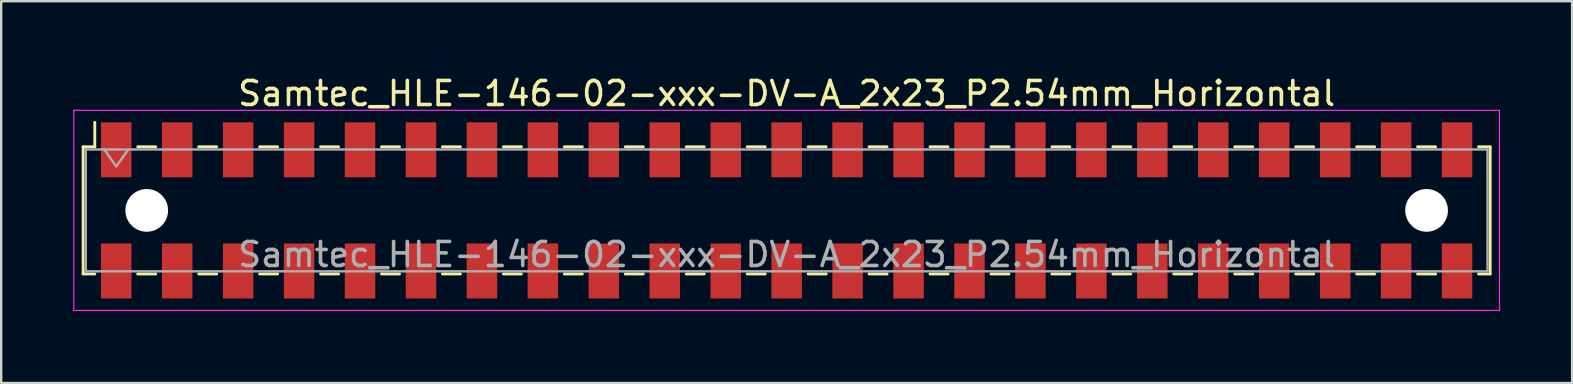
<source format=kicad_pcb>
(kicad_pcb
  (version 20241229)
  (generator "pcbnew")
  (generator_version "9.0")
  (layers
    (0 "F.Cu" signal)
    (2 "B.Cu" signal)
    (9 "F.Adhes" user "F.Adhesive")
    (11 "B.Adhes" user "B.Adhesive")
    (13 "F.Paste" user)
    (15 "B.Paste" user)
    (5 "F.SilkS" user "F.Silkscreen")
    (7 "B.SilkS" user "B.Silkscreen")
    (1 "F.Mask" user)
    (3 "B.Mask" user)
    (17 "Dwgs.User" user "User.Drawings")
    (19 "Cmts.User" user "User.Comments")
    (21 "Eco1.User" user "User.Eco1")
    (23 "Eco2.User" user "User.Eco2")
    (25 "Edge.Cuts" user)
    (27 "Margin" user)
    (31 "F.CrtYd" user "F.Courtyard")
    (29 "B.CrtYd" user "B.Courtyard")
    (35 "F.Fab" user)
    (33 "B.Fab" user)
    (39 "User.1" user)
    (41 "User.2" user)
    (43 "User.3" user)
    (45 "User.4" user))
  (footprint "Samtec_HLE-146-02-xxx-DV-A_2x23_P2.54mm_Horizontal"
    (layer "F.Cu")
    (at 29.735 5.718)
    (property "Reference" "Samtec_HLE-146-02-xxx-DV-A_2x23_P2.54mm_Horizontal" (at 0 -4.87 0) (layer "F.SilkS") (effects (font (size 1 1) (thickness 0.15))))
    (attr smd)
    (fp_line (start -29.32 -2.65) (end -29.32 2.65) (stroke (width 0.12) (type solid)) (layer "F.SilkS"))
    (fp_line (start -29.32 2.65) (end -28.835 2.65) (stroke (width 0.12) (type solid)) (layer "F.SilkS"))
    (fp_line (start -28.835 -3.67) (end -28.835 -2.65) (stroke (width 0.12) (type solid)) (layer "F.SilkS"))
    (fp_line (start -28.835 -2.65) (end -29.32 -2.65) (stroke (width 0.12) (type solid)) (layer "F.SilkS"))
    (fp_line (start -27.045 -2.65) (end -26.295 -2.65) (stroke (width 0.12) (type solid)) (layer "F.SilkS"))
    (fp_line (start -27.045 2.65) (end -26.295 2.65) (stroke (width 0.12) (type solid)) (layer "F.SilkS"))
    (fp_line (start -24.505 -2.65) (end -23.755 -2.65) (stroke (width 0.12) (type solid)) (layer "F.SilkS"))
    (fp_line (start -24.505 2.65) (end -23.755 2.65) (stroke (width 0.12) (type solid)) (layer "F.SilkS"))
    (fp_line (start -21.965 -2.65) (end -21.215 -2.65) (stroke (width 0.12) (type solid)) (layer "F.SilkS"))
    (fp_line (start -21.965 2.65) (end -21.215 2.65) (stroke (width 0.12) (type solid)) (layer "F.SilkS"))
    (fp_line (start -19.425 -2.65) (end -18.675 -2.65) (stroke (width 0.12) (type solid)) (layer "F.SilkS"))
    (fp_line (start -19.425 2.65) (end -18.675 2.65) (stroke (width 0.12) (type solid)) (layer "F.SilkS"))
    (fp_line (start -16.885 -2.65) (end -16.135 -2.65) (stroke (width 0.12) (type solid)) (layer "F.SilkS"))
    (fp_line (start -16.885 2.65) (end -16.135 2.65) (stroke (width 0.12) (type solid)) (layer "F.SilkS"))
    (fp_line (start -14.345 -2.65) (end -13.595 -2.65) (stroke (width 0.12) (type solid)) (layer "F.SilkS"))
    (fp_line (start -14.345 2.65) (end -13.595 2.65) (stroke (width 0.12) (type solid)) (layer "F.SilkS"))
    (fp_line (start -11.805 -2.65) (end -11.055 -2.65) (stroke (width 0.12) (type solid)) (layer "F.SilkS"))
    (fp_line (start -11.805 2.65) (end -11.055 2.65) (stroke (width 0.12) (type solid)) (layer "F.SilkS"))
    (fp_line (start -9.265 -2.65) (end -8.515 -2.65) (stroke (width 0.12) (type solid)) (layer "F.SilkS"))
    (fp_line (start -9.265 2.65) (end -8.515 2.65) (stroke (width 0.12) (type solid)) (layer "F.SilkS"))
    (fp_line (start -6.725 -2.65) (end -5.975 -2.65) (stroke (width 0.12) (type solid)) (layer "F.SilkS"))
    (fp_line (start -6.725 2.65) (end -5.975 2.65) (stroke (width 0.12) (type solid)) (layer "F.SilkS"))
    (fp_line (start -4.185 -2.65) (end -3.435 -2.65) (stroke (width 0.12) (type solid)) (layer "F.SilkS"))
    (fp_line (start -4.185 2.65) (end -3.435 2.65) (stroke (width 0.12) (type solid)) (layer "F.SilkS"))
    (fp_line (start -1.645 -2.65) (end -0.895 -2.65) (stroke (width 0.12) (type solid)) (layer "F.SilkS"))
    (fp_line (start -1.645 2.65) (end -0.895 2.65) (stroke (width 0.12) (type solid)) (layer "F.SilkS"))
    (fp_line (start 0.895 -2.65) (end 1.645 -2.65) (stroke (width 0.12) (type solid)) (layer "F.SilkS"))
    (fp_line (start 0.895 2.65) (end 1.645 2.65) (stroke (width 0.12) (type solid)) (layer "F.SilkS"))
    (fp_line (start 3.435 -2.65) (end 4.185 -2.65) (stroke (width 0.12) (type solid)) (layer "F.SilkS"))
    (fp_line (start 3.435 2.65) (end 4.185 2.65) (stroke (width 0.12) (type solid)) (layer "F.SilkS"))
    (fp_line (start 5.975 -2.65) (end 6.725 -2.65) (stroke (width 0.12) (type solid)) (layer "F.SilkS"))
    (fp_line (start 5.975 2.65) (end 6.725 2.65) (stroke (width 0.12) (type solid)) (layer "F.SilkS"))
    (fp_line (start 8.515 -2.65) (end 9.265 -2.65) (stroke (width 0.12) (type solid)) (layer "F.SilkS"))
    (fp_line (start 8.515 2.65) (end 9.265 2.65) (stroke (width 0.12) (type solid)) (layer "F.SilkS"))
    (fp_line (start 11.055 -2.65) (end 11.805 -2.65) (stroke (width 0.12) (type solid)) (layer "F.SilkS"))
    (fp_line (start 11.055 2.65) (end 11.805 2.65) (stroke (width 0.12) (type solid)) (layer "F.SilkS"))
    (fp_line (start 13.595 -2.65) (end 14.345 -2.65) (stroke (width 0.12) (type solid)) (layer "F.SilkS"))
    (fp_line (start 13.595 2.65) (end 14.345 2.65) (stroke (width 0.12) (type solid)) (layer "F.SilkS"))
    (fp_line (start 16.135 -2.65) (end 16.885 -2.65) (stroke (width 0.12) (type solid)) (layer "F.SilkS"))
    (fp_line (start 16.135 2.65) (end 16.885 2.65) (stroke (width 0.12) (type solid)) (layer "F.SilkS"))
    (fp_line (start 18.675 -2.65) (end 19.425 -2.65) (stroke (width 0.12) (type solid)) (layer "F.SilkS"))
    (fp_line (start 18.675 2.65) (end 19.425 2.65) (stroke (width 0.12) (type solid)) (layer "F.SilkS"))
    (fp_line (start 21.215 -2.65) (end 21.965 -2.65) (stroke (width 0.12) (type solid)) (layer "F.SilkS"))
    (fp_line (start 21.215 2.65) (end 21.965 2.65) (stroke (width 0.12) (type solid)) (layer "F.SilkS"))
    (fp_line (start 23.755 -2.65) (end 24.505 -2.65) (stroke (width 0.12) (type solid)) (layer "F.SilkS"))
    (fp_line (start 23.755 2.65) (end 24.505 2.65) (stroke (width 0.12) (type solid)) (layer "F.SilkS"))
    (fp_line (start 26.295 -2.65) (end 27.045 -2.65) (stroke (width 0.12) (type solid)) (layer "F.SilkS"))
    (fp_line (start 26.295 2.65) (end 27.045 2.65) (stroke (width 0.12) (type solid)) (layer "F.SilkS"))
    (fp_line (start 28.835 -2.65) (end 29.32 -2.65) (stroke (width 0.12) (type solid)) (layer "F.SilkS"))
    (fp_line (start 29.32 -2.65) (end 29.32 2.65) (stroke (width 0.12) (type solid)) (layer "F.SilkS"))
    (fp_line (start 29.32 2.65) (end 28.835 2.65) (stroke (width 0.12) (type solid)) (layer "F.SilkS"))
    (fp_line (start -29.71 -4.17) (end 29.71 -4.17) (stroke (width 0.05) (type solid)) (layer "F.CrtYd"))
    (fp_line (start -29.71 4.17) (end -29.71 -4.17) (stroke (width 0.05) (type solid)) (layer "F.CrtYd"))
    (fp_line (start 29.71 -4.17) (end 29.71 4.17) (stroke (width 0.05) (type solid)) (layer "F.CrtYd"))
    (fp_line (start 29.71 4.17) (end -29.71 4.17) (stroke (width 0.05) (type solid)) (layer "F.CrtYd"))
    (fp_line (start -29.21 -2.54) (end 29.21 -2.54) (stroke (width 0.1) (type solid)) (layer "F.Fab"))
    (fp_line (start -29.21 2.54) (end -29.21 -2.54) (stroke (width 0.1) (type solid)) (layer "F.Fab"))
    (fp_line (start -28.44 -2.54) (end -27.94 -1.833) (stroke (width 0.1) (type solid)) (layer "F.Fab"))
    (fp_line (start -27.94 -1.833) (end -27.44 -2.54) (stroke (width 0.1) (type solid)) (layer "F.Fab"))
    (fp_line (start 29.21 -2.54) (end 29.21 2.54) (stroke (width 0.1) (type solid)) (layer "F.Fab"))
    (fp_line (start 29.21 2.54) (end -29.21 2.54) (stroke (width 0.1) (type solid)) (layer "F.Fab"))
    (fp_text user "${REFERENCE}" (at 0 1.84 0) (layer "F.Fab") (effects (font (size 1 1) (thickness 0.15))))
    (pad "" np_thru_hole circle (at -26.67 0) (size 1.78 1.78) (drill 1.78) (layers "*.Cu" "*.Mask"))
    (pad "" np_thru_hole circle (at 26.67 0) (size 1.78 1.78) (drill 1.78) (layers "*.Cu" "*.Mask"))
    (pad "1" smd rect (at -27.94 -2.525) (size 1.27 2.29) (layers "F.Cu" "F.Mask" "F.Paste"))
    (pad "2" smd rect (at -27.94 2.525) (size 1.27 2.29) (layers "F.Cu" "F.Mask" "F.Paste"))
    (pad "3" smd rect (at -25.4 -2.525) (size 1.27 2.29) (layers "F.Cu" "F.Mask" "F.Paste"))
    (pad "4" smd rect (at -25.4 2.525) (size 1.27 2.29) (layers "F.Cu" "F.Mask" "F.Paste"))
    (pad "5" smd rect (at -22.86 -2.525) (size 1.27 2.29) (layers "F.Cu" "F.Mask" "F.Paste"))
    (pad "6" smd rect (at -22.86 2.525) (size 1.27 2.29) (layers "F.Cu" "F.Mask" "F.Paste"))
    (pad "7" smd rect (at -20.32 -2.525) (size 1.27 2.29) (layers "F.Cu" "F.Mask" "F.Paste"))
    (pad "8" smd rect (at -20.32 2.525) (size 1.27 2.29) (layers "F.Cu" "F.Mask" "F.Paste"))
    (pad "9" smd rect (at -17.78 -2.525) (size 1.27 2.29) (layers "F.Cu" "F.Mask" "F.Paste"))
    (pad "10" smd rect (at -17.78 2.525) (size 1.27 2.29) (layers "F.Cu" "F.Mask" "F.Paste"))
    (pad "11" smd rect (at -15.24 -2.525) (size 1.27 2.29) (layers "F.Cu" "F.Mask" "F.Paste"))
    (pad "12" smd rect (at -15.24 2.525) (size 1.27 2.29) (layers "F.Cu" "F.Mask" "F.Paste"))
    (pad "13" smd rect (at -12.7 -2.525) (size 1.27 2.29) (layers "F.Cu" "F.Mask" "F.Paste"))
    (pad "14" smd rect (at -12.7 2.525) (size 1.27 2.29) (layers "F.Cu" "F.Mask" "F.Paste"))
    (pad "15" smd rect (at -10.16 -2.525) (size 1.27 2.29) (layers "F.Cu" "F.Mask" "F.Paste"))
    (pad "16" smd rect (at -10.16 2.525) (size 1.27 2.29) (layers "F.Cu" "F.Mask" "F.Paste"))
    (pad "17" smd rect (at -7.62 -2.525) (size 1.27 2.29) (layers "F.Cu" "F.Mask" "F.Paste"))
    (pad "18" smd rect (at -7.62 2.525) (size 1.27 2.29) (layers "F.Cu" "F.Mask" "F.Paste"))
    (pad "19" smd rect (at -5.08 -2.525) (size 1.27 2.29) (layers "F.Cu" "F.Mask" "F.Paste"))
    (pad "20" smd rect (at -5.08 2.525) (size 1.27 2.29) (layers "F.Cu" "F.Mask" "F.Paste"))
    (pad "21" smd rect (at -2.54 -2.525) (size 1.27 2.29) (layers "F.Cu" "F.Mask" "F.Paste"))
    (pad "22" smd rect (at -2.54 2.525) (size 1.27 2.29) (layers "F.Cu" "F.Mask" "F.Paste"))
    (pad "23" smd rect (at 0 -2.525) (size 1.27 2.29) (layers "F.Cu" "F.Mask" "F.Paste"))
    (pad "24" smd rect (at 0 2.525) (size 1.27 2.29) (layers "F.Cu" "F.Mask" "F.Paste"))
    (pad "25" smd rect (at 2.54 -2.525) (size 1.27 2.29) (layers "F.Cu" "F.Mask" "F.Paste"))
    (pad "26" smd rect (at 2.54 2.525) (size 1.27 2.29) (layers "F.Cu" "F.Mask" "F.Paste"))
    (pad "27" smd rect (at 5.08 -2.525) (size 1.27 2.29) (layers "F.Cu" "F.Mask" "F.Paste"))
    (pad "28" smd rect (at 5.08 2.525) (size 1.27 2.29) (layers "F.Cu" "F.Mask" "F.Paste"))
    (pad "29" smd rect (at 7.62 -2.525) (size 1.27 2.29) (layers "F.Cu" "F.Mask" "F.Paste"))
    (pad "30" smd rect (at 7.62 2.525) (size 1.27 2.29) (layers "F.Cu" "F.Mask" "F.Paste"))
    (pad "31" smd rect (at 10.16 -2.525) (size 1.27 2.29) (layers "F.Cu" "F.Mask" "F.Paste"))
    (pad "32" smd rect (at 10.16 2.525) (size 1.27 2.29) (layers "F.Cu" "F.Mask" "F.Paste"))
    (pad "33" smd rect (at 12.7 -2.525) (size 1.27 2.29) (layers "F.Cu" "F.Mask" "F.Paste"))
    (pad "34" smd rect (at 12.7 2.525) (size 1.27 2.29) (layers "F.Cu" "F.Mask" "F.Paste"))
    (pad "35" smd rect (at 15.24 -2.525) (size 1.27 2.29) (layers "F.Cu" "F.Mask" "F.Paste"))
    (pad "36" smd rect (at 15.24 2.525) (size 1.27 2.29) (layers "F.Cu" "F.Mask" "F.Paste"))
    (pad "37" smd rect (at 17.78 -2.525) (size 1.27 2.29) (layers "F.Cu" "F.Mask" "F.Paste"))
    (pad "38" smd rect (at 17.78 2.525) (size 1.27 2.29) (layers "F.Cu" "F.Mask" "F.Paste"))
    (pad "39" smd rect (at 20.32 -2.525) (size 1.27 2.29) (layers "F.Cu" "F.Mask" "F.Paste"))
    (pad "40" smd rect (at 20.32 2.525) (size 1.27 2.29) (layers "F.Cu" "F.Mask" "F.Paste"))
    (pad "41" smd rect (at 22.86 -2.525) (size 1.27 2.29) (layers "F.Cu" "F.Mask" "F.Paste"))
    (pad "42" smd rect (at 22.86 2.525) (size 1.27 2.29) (layers "F.Cu" "F.Mask" "F.Paste"))
    (pad "43" smd rect (at 25.4 -2.525) (size 1.27 2.29) (layers "F.Cu" "F.Mask" "F.Paste"))
    (pad "44" smd rect (at 25.4 2.525) (size 1.27 2.29) (layers "F.Cu" "F.Mask" "F.Paste"))
    (pad "45" smd rect (at 27.94 -2.525) (size 1.27 2.29) (layers "F.Cu" "F.Mask" "F.Paste"))
    (pad "46" smd rect (at 27.94 2.525) (size 1.27 2.29) (layers "F.Cu" "F.Mask" "F.Paste")))
  (gr_rect
    (start -3 -3)
    (end 62.47 12.913)
    (stroke (width 0.1) (type default))
    (fill no)
    (layer "Edge.Cuts")))
</source>
